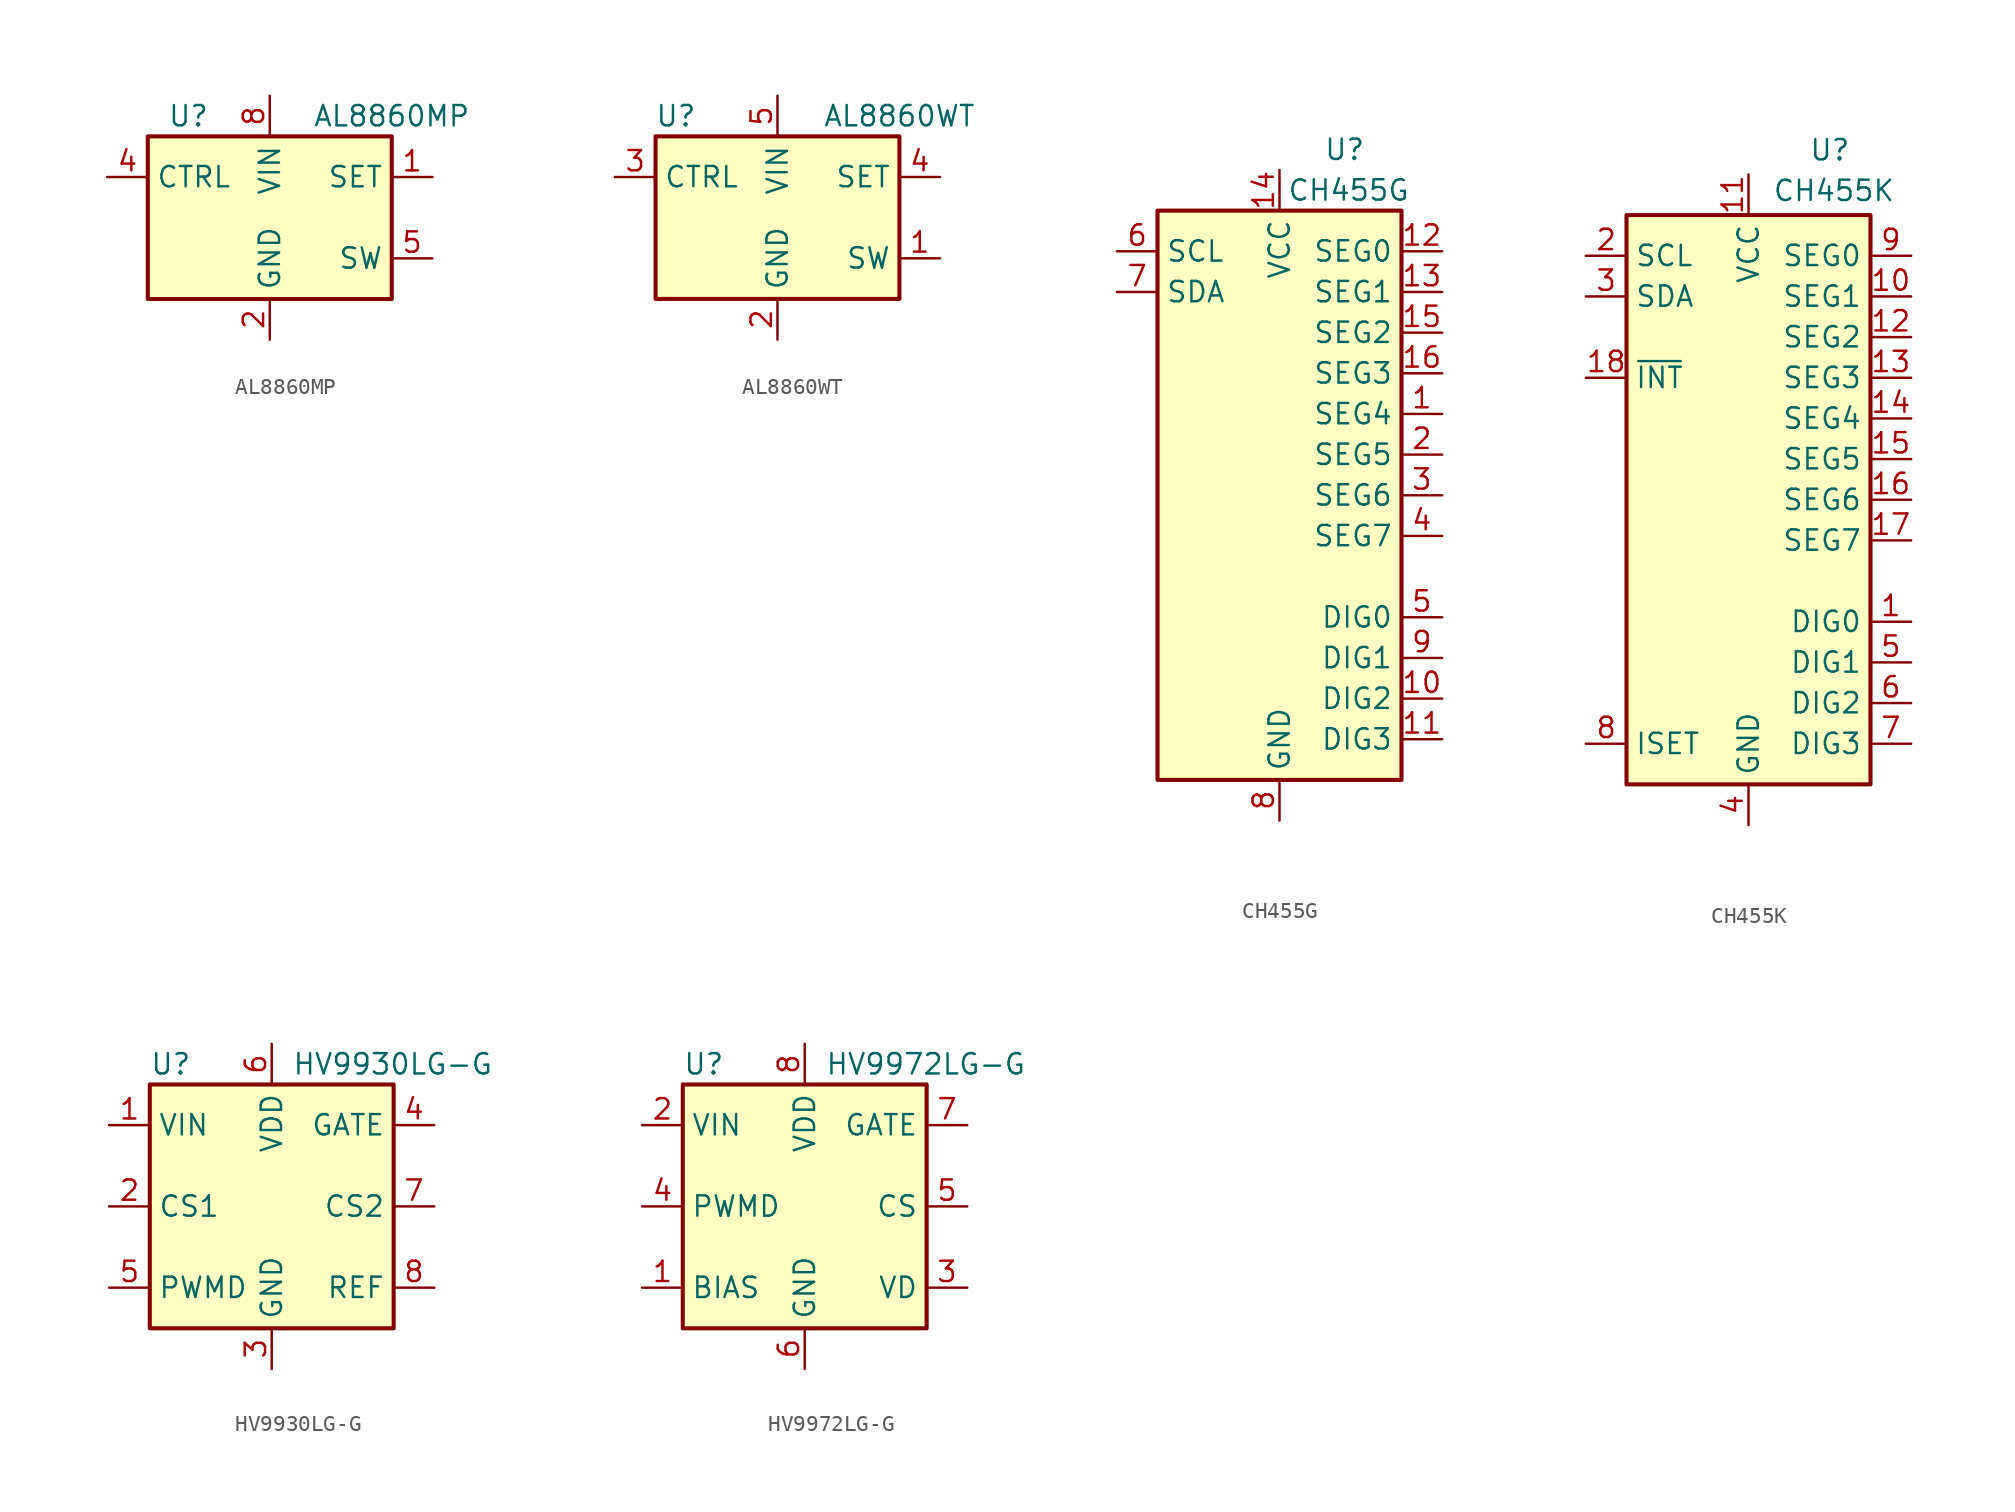
<source format=kicad_sym>
(kicad_symbol_lib
  (version 20231120)
  (generator "kicad_symbol_editor")
  (generator_version "8.0")
  (symbol "AL8860MP"
    (property "Reference" "U"
      (at -5.08 6.35 0)
      (effects (font (size 1.27 1.27))))
    (property "Value" "AL8860MP"
      (at 7.62 6.35 0)
      (effects (font (size 1.27 1.27))))
    (symbol "AL8860MP_0_1"
      (rectangle (start -7.62 5.08) (end 7.62 -5.08) (stroke (width 0.254) (type solid)) (fill (type background))))
    (symbol "AL8860MP_1_1"
      (pin input line (at 10.16 2.54 180) (length 2.54) (name "SET" (effects (font (size 1.27 1.27)))) (number "1" (effects (font (size 1.27 1.27)))))
      (pin power_in line (at 0 -7.62 90) (length 2.54) (name "GND" (effects (font (size 1.27 1.27)))) (number "2" (effects (font (size 1.27 1.27)))))
      (pin passive line (at 0 -7.62 90) (length 2.54) hide (name "GND" (effects (font (size 1.27 1.27)))) (number "3" (effects (font (size 1.27 1.27)))))
      (pin input line (at -10.16 2.54 0) (length 2.54) (name "CTRL" (effects (font (size 1.27 1.27)))) (number "4" (effects (font (size 1.27 1.27)))))
      (pin open_collector line (at 10.16 -2.54 180) (length 2.54) (name "SW" (effects (font (size 1.27 1.27)))) (number "5" (effects (font (size 1.27 1.27)))))
      (pin open_collector line (at 10.16 -2.54 180) (length 2.54) hide (name "SW" (effects (font (size 1.27 1.27)))) (number "6" (effects (font (size 1.27 1.27)))))
      (pin no_connect line (at -7.62 -2.54 0) (length 2.54) hide (name "NC" (effects (font (size 1.27 1.27)))) (number "7" (effects (font (size 1.27 1.27)))))
      (pin power_in line (at 0 7.62 270) (length 2.54) (name "VIN" (effects (font (size 1.27 1.27)))) (number "8" (effects (font (size 1.27 1.27)))))
      (pin passive line (at 0 -7.62 90) (length 2.54) hide (name "GND" (effects (font (size 1.27 1.27)))) (number "9" (effects (font (size 1.27 1.27)))))))
  (symbol "AL8860WT"
    (property "Reference" "U"
      (at -6.35 6.35 0)
      (effects (font (size 1.27 1.27))))
    (property "Value" "AL8860WT"
      (at 7.62 6.35 0)
      (effects (font (size 1.27 1.27))))
    (symbol "AL8860WT_0_1"
      (rectangle (start -7.62 5.08) (end 7.62 -5.08) (stroke (width 0.254) (type solid)) (fill (type background))))
    (symbol "AL8860WT_1_1"
      (pin open_collector line (at 10.16 -2.54 180) (length 2.54) (name "SW" (effects (font (size 1.27 1.27)))) (number "1" (effects (font (size 1.27 1.27)))))
      (pin power_in line (at 0 -7.62 90) (length 2.54) (name "GND" (effects (font (size 1.27 1.27)))) (number "2" (effects (font (size 1.27 1.27)))))
      (pin input line (at -10.16 2.54 0) (length 2.54) (name "CTRL" (effects (font (size 1.27 1.27)))) (number "3" (effects (font (size 1.27 1.27)))))
      (pin input line (at 10.16 2.54 180) (length 2.54) (name "SET" (effects (font (size 1.27 1.27)))) (number "4" (effects (font (size 1.27 1.27)))))
      (pin power_in line (at 0 7.62 270) (length 2.54) (name "VIN" (effects (font (size 1.27 1.27)))) (number "5" (effects (font (size 1.27 1.27)))))))
  (symbol "CH455G"
    (property "Reference" "U"
      (at 4.064 21.59 0)
      (effects (font (size 1.27 1.27))))
    (property "Value" "CH455G"
      (at 4.318 19.05 0)
      (effects (font (size 1.27 1.27))))
    (symbol "CH455G_0_0"
      (pin tri_state line (at 10.16 5.08 180) (length 2.54) (name "SEG4" (effects (font (size 1.27 1.27)))) (number "1" (effects (font (size 1.27 1.27)))))
      (pin output line (at 10.16 -12.7 180) (length 2.54) (name "DIG2" (effects (font (size 1.27 1.27)))) (number "10" (effects (font (size 1.27 1.27)))))
      (pin output line (at 10.16 -15.24 180) (length 2.54) (name "DIG3" (effects (font (size 1.27 1.27)))) (number "11" (effects (font (size 1.27 1.27)))))
      (pin tri_state line (at 10.16 15.24 180) (length 2.54) (name "SEG0" (effects (font (size 1.27 1.27)))) (number "12" (effects (font (size 1.27 1.27)))))
      (pin tri_state line (at 10.16 12.7 180) (length 2.54) (name "SEG1" (effects (font (size 1.27 1.27)))) (number "13" (effects (font (size 1.27 1.27)))))
      (pin power_in line (at 0 20.32 270) (length 2.54) (name "VCC" (effects (font (size 1.27 1.27)))) (number "14" (effects (font (size 1.27 1.27)))))
      (pin tri_state line (at 10.16 10.16 180) (length 2.54) (name "SEG2" (effects (font (size 1.27 1.27)))) (number "15" (effects (font (size 1.27 1.27)))))
      (pin tri_state line (at 10.16 7.62 180) (length 2.54) (name "SEG3" (effects (font (size 1.27 1.27)))) (number "16" (effects (font (size 1.27 1.27)))))
      (pin tri_state line (at 10.16 2.54 180) (length 2.54) (name "SEG5" (effects (font (size 1.27 1.27)))) (number "2" (effects (font (size 1.27 1.27)))))
      (pin tri_state line (at 10.16 0 180) (length 2.54) (name "SEG6" (effects (font (size 1.27 1.27)))) (number "3" (effects (font (size 1.27 1.27)))))
      (pin tri_state line (at 10.16 -2.54 180) (length 2.54) (name "SEG7" (effects (font (size 1.27 1.27)))) (number "4" (effects (font (size 1.27 1.27)))))
      (pin output line (at 10.16 -7.62 180) (length 2.54) (name "DIG0" (effects (font (size 1.27 1.27)))) (number "5" (effects (font (size 1.27 1.27)))))
      (pin input line (at -10.16 15.24 0) (length 2.54) (name "SCL" (effects (font (size 1.27 1.27)))) (number "6" (effects (font (size 1.27 1.27)))))
      (pin bidirectional line (at -10.16 12.7 0) (length 2.54) (name "SDA" (effects (font (size 1.27 1.27)))) (number "7" (effects (font (size 1.27 1.27)))))
      (pin power_in line (at 0 -20.32 90) (length 2.54) (name "GND" (effects (font (size 1.27 1.27)))) (number "8" (effects (font (size 1.27 1.27)))))
      (pin output line (at 10.16 -10.16 180) (length 2.54) (name "DIG1" (effects (font (size 1.27 1.27)))) (number "9" (effects (font (size 1.27 1.27))))))
    (symbol "CH455G_1_1"
      (rectangle (start -7.62 17.78) (end 7.62 -17.78) (stroke (width 0.254) (type default)) (fill (type background)))))
  (symbol "CH455K"
    (property "Reference" "U"
      (at 5.08 21.844 0)
      (effects (font (size 1.27 1.27))))
    (property "Value" "CH455K"
      (at 5.334 19.304 0)
      (effects (font (size 1.27 1.27))))
    (symbol "CH455K_0_0"
      (pin output line (at 10.16 -7.62 180) (length 2.54) (name "DIG0" (effects (font (size 1.27 1.27)))) (number "1" (effects (font (size 1.27 1.27)))))
      (pin tri_state line (at 10.16 12.7 180) (length 2.54) (name "SEG1" (effects (font (size 1.27 1.27)))) (number "10" (effects (font (size 1.27 1.27)))))
      (pin power_in line (at 0 20.32 270) (length 2.54) (name "VCC" (effects (font (size 1.27 1.27)))) (number "11" (effects (font (size 1.27 1.27)))))
      (pin tri_state line (at 10.16 10.16 180) (length 2.54) (name "SEG2" (effects (font (size 1.27 1.27)))) (number "12" (effects (font (size 1.27 1.27)))))
      (pin tri_state line (at 10.16 7.62 180) (length 2.54) (name "SEG3" (effects (font (size 1.27 1.27)))) (number "13" (effects (font (size 1.27 1.27)))))
      (pin tri_state line (at 10.16 5.08 180) (length 2.54) (name "SEG4" (effects (font (size 1.27 1.27)))) (number "14" (effects (font (size 1.27 1.27)))))
      (pin tri_state line (at 10.16 2.54 180) (length 2.54) (name "SEG5" (effects (font (size 1.27 1.27)))) (number "15" (effects (font (size 1.27 1.27)))))
      (pin tri_state line (at 10.16 0 180) (length 2.54) (name "SEG6" (effects (font (size 1.27 1.27)))) (number "16" (effects (font (size 1.27 1.27)))))
      (pin tri_state line (at 10.16 -2.54 180) (length 2.54) (name "SEG7" (effects (font (size 1.27 1.27)))) (number "17" (effects (font (size 1.27 1.27)))))
      (pin input line (at -10.16 15.24 0) (length 2.54) (name "SCL" (effects (font (size 1.27 1.27)))) (number "2" (effects (font (size 1.27 1.27)))))
      (pin bidirectional line (at -10.16 12.7 0) (length 2.54) (name "SDA" (effects (font (size 1.27 1.27)))) (number "3" (effects (font (size 1.27 1.27)))))
      (pin power_in line (at 0 -20.32 90) (length 2.54) (name "GND" (effects (font (size 1.27 1.27)))) (number "4" (effects (font (size 1.27 1.27)))))
      (pin output line (at 10.16 -10.16 180) (length 2.54) (name "DIG1" (effects (font (size 1.27 1.27)))) (number "5" (effects (font (size 1.27 1.27)))))
      (pin output line (at 10.16 -12.7 180) (length 2.54) (name "DIG2" (effects (font (size 1.27 1.27)))) (number "6" (effects (font (size 1.27 1.27)))))
      (pin output line (at 10.16 -15.24 180) (length 2.54) (name "DIG3" (effects (font (size 1.27 1.27)))) (number "7" (effects (font (size 1.27 1.27)))))
      (pin tri_state line (at 10.16 15.24 180) (length 2.54) (name "SEG0" (effects (font (size 1.27 1.27)))) (number "9" (effects (font (size 1.27 1.27))))))
    (symbol "CH455K_1_0"
      (pin output line (at -10.16 7.62 0) (length 2.54) (name "~{INT}" (effects (font (size 1.27 1.27)))) (number "18" (effects (font (size 1.27 1.27)))))
      (pin input line (at -10.16 -15.24 0) (length 2.54) (name "ISET" (effects (font (size 1.27 1.27)))) (number "8" (effects (font (size 1.27 1.27))))))
    (symbol "CH455K_1_1"
      (rectangle (start -7.62 17.78) (end 7.62 -17.78) (stroke (width 0.254) (type default)) (fill (type background)))))
  (symbol "HV9930LG-G"
    (property "Reference" "U"
      (at -7.62 8.89 0)
      (effects (font (size 1.27 1.27)) (justify left)))
    (property "Value" "HV9930LG-G"
      (at 1.27 8.89 0)
      (effects (font (size 1.27 1.27)) (justify left)))
    (symbol "HV9930LG-G_0_1"
      (rectangle (start -7.62 7.62) (end 7.62 -7.62) (stroke (width 0.254) (type default)) (fill (type background))))
    (symbol "HV9930LG-G_1_1"
      (pin power_in line (at -10.16 5.08 0) (length 2.54) (name "VIN" (effects (font (size 1.27 1.27)))) (number "1" (effects (font (size 1.27 1.27)))))
      (pin input line (at -10.16 0 0) (length 2.54) (name "CS1" (effects (font (size 1.27 1.27)))) (number "2" (effects (font (size 1.27 1.27)))))
      (pin power_in line (at 0 -10.16 90) (length 2.54) (name "GND" (effects (font (size 1.27 1.27)))) (number "3" (effects (font (size 1.27 1.27)))))
      (pin output line (at 10.16 5.08 180) (length 2.54) (name "GATE" (effects (font (size 1.27 1.27)))) (number "4" (effects (font (size 1.27 1.27)))))
      (pin output line (at -10.16 -5.08 0) (length 2.54) (name "PWMD" (effects (font (size 1.27 1.27)))) (number "5" (effects (font (size 1.27 1.27)))))
      (pin power_out line (at 0 10.16 270) (length 2.54) (name "VDD" (effects (font (size 1.27 1.27)))) (number "6" (effects (font (size 1.27 1.27)))))
      (pin input line (at 10.16 0 180) (length 2.54) (name "CS2" (effects (font (size 1.27 1.27)))) (number "7" (effects (font (size 1.27 1.27)))))
      (pin input line (at 10.16 -5.08 180) (length 2.54) (name "REF" (effects (font (size 1.27 1.27)))) (number "8" (effects (font (size 1.27 1.27)))))))
  (symbol "HV9972LG-G"
    (property "Reference" "U"
      (at -7.62 8.89 0)
      (effects (font (size 1.27 1.27)) (justify left)))
    (property "Value" "HV9972LG-G"
      (at 1.27 8.89 0)
      (effects (font (size 1.27 1.27)) (justify left)))
    (symbol "HV9972LG-G_0_1"
      (rectangle (start -7.62 7.62) (end 7.62 -7.62) (stroke (width 0.254) (type default)) (fill (type background))))
    (symbol "HV9972LG-G_1_1"
      (pin passive line (at -10.16 -5.08 0) (length 2.54) (name "BIAS" (effects (font (size 1.27 1.27)))) (number "1" (effects (font (size 1.27 1.27)))))
      (pin input line (at -10.16 5.08 0) (length 2.54) (name "VIN" (effects (font (size 1.27 1.27)))) (number "2" (effects (font (size 1.27 1.27)))))
      (pin input line (at 10.16 -5.08 180) (length 2.54) (name "VD" (effects (font (size 1.27 1.27)))) (number "3" (effects (font (size 1.27 1.27)))))
      (pin output line (at -10.16 0 0) (length 2.54) (name "PWMD" (effects (font (size 1.27 1.27)))) (number "4" (effects (font (size 1.27 1.27)))))
      (pin input line (at 10.16 0 180) (length 2.54) (name "CS" (effects (font (size 1.27 1.27)))) (number "5" (effects (font (size 1.27 1.27)))))
      (pin power_in line (at 0 -10.16 90) (length 2.54) (name "GND" (effects (font (size 1.27 1.27)))) (number "6" (effects (font (size 1.27 1.27)))))
      (pin output line (at 10.16 5.08 180) (length 2.54) (name "GATE" (effects (font (size 1.27 1.27)))) (number "7" (effects (font (size 1.27 1.27)))))
      (pin power_out line (at 0 10.16 270) (length 2.54) (name "VDD" (effects (font (size 1.27 1.27)))) (number "8" (effects (font (size 1.27 1.27))))))))
</source>
